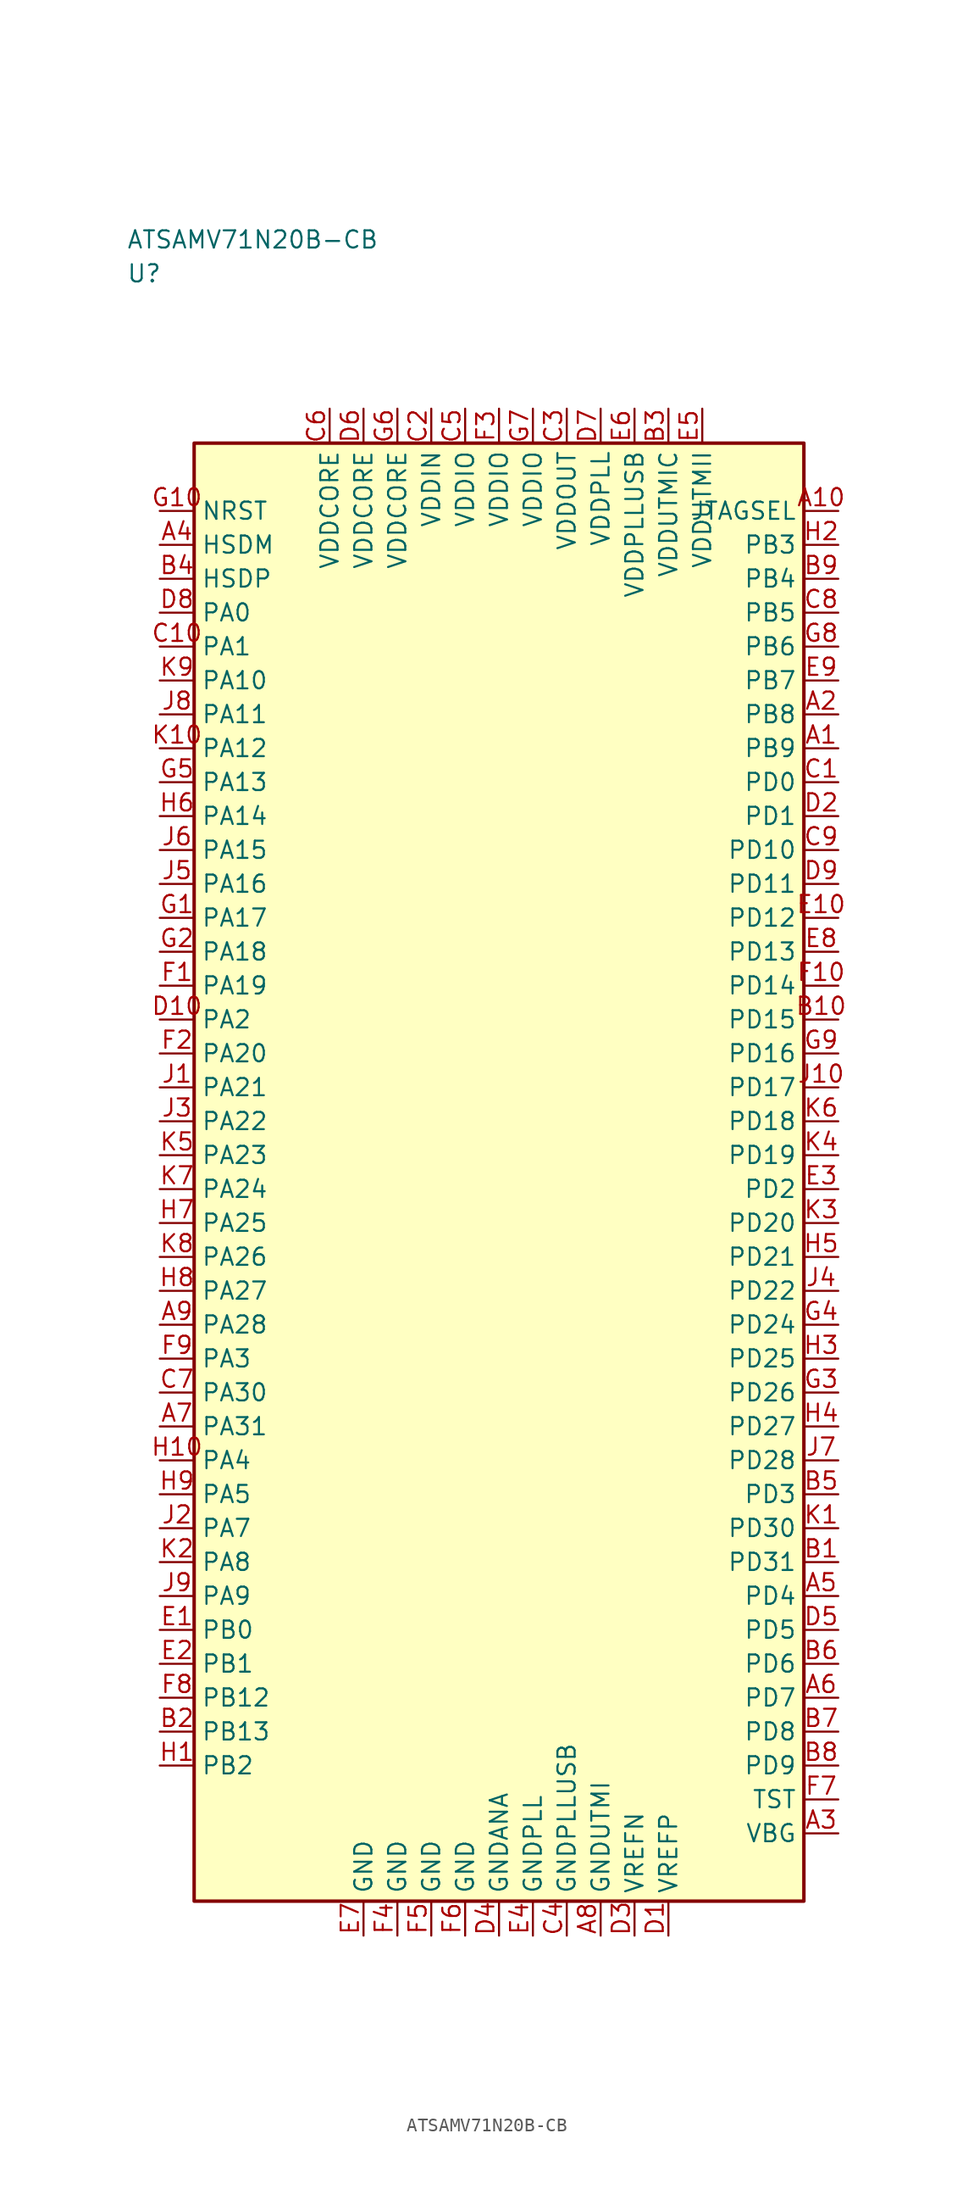
<source format=kicad_sym>
(kicad_symbol_lib
  (version 20241025)
  (generator "kicad_symbol_editor")
  (generator_version "8.0")
  (symbol "ATSAMV71N20B-CB"
    (property "Reference" "U"
      (at -27.5 66.25 0)
      (effects (font (size 1.27 1.27)) (justify left)))
    (property "Value" "ATSAMV71N20B-CB"
      (at -27.5 68.75 0)
      (effects (font (size 1.27 1.27)) (justify left)))
    (symbol "ATSAMV71N20B-CB_0_1"
      (rectangle (start -22.5 53.75) (end 22.5 -53.75) (stroke (width 0.254) (type default)) (fill (type background))))
    (symbol "ATSAMV71N20B-CB_1_1"
      (pin bidirectional line (at -25.04 41.25 0.0) (length 2.54) (name "PA0" (effects (font (size 1.27 1.27)))) (number "D8" (effects (font (size 1.27 1.27)))))
      (pin bidirectional line (at -25.04 38.75 0.0) (length 2.54) (name "PA1" (effects (font (size 1.27 1.27)))) (number "C10" (effects (font (size 1.27 1.27)))))
      (pin bidirectional line (at -25.04 11.25 0.0) (length 2.54) (name "PA2" (effects (font (size 1.27 1.27)))) (number "D10" (effects (font (size 1.27 1.27)))))
      (pin bidirectional line (at -25.04 -13.75 0.0) (length 2.54) (name "PA3" (effects (font (size 1.27 1.27)))) (number "F9" (effects (font (size 1.27 1.27)))))
      (pin bidirectional line (at -25.04 -21.25 0.0) (length 2.54) (name "PA4" (effects (font (size 1.27 1.27)))) (number "H10" (effects (font (size 1.27 1.27)))))
      (pin bidirectional line (at -25.04 -23.75 0.0) (length 2.54) (name "PA5" (effects (font (size 1.27 1.27)))) (number "H9" (effects (font (size 1.27 1.27)))))
      (pin bidirectional line (at -25.04 -26.25 0.0) (length 2.54) (name "PA7" (effects (font (size 1.27 1.27)))) (number "J2" (effects (font (size 1.27 1.27)))))
      (pin bidirectional line (at -25.04 -28.75 0.0) (length 2.54) (name "PA8" (effects (font (size 1.27 1.27)))) (number "K2" (effects (font (size 1.27 1.27)))))
      (pin bidirectional line (at -25.04 -31.25 0.0) (length 2.54) (name "PA9" (effects (font (size 1.27 1.27)))) (number "J9" (effects (font (size 1.27 1.27)))))
      (pin bidirectional line (at -25.04 36.25 0.0) (length 2.54) (name "PA10" (effects (font (size 1.27 1.27)))) (number "K9" (effects (font (size 1.27 1.27)))))
      (pin bidirectional line (at -25.04 33.75 0.0) (length 2.54) (name "PA11" (effects (font (size 1.27 1.27)))) (number "J8" (effects (font (size 1.27 1.27)))))
      (pin bidirectional line (at -25.04 31.25 0.0) (length 2.54) (name "PA12" (effects (font (size 1.27 1.27)))) (number "K10" (effects (font (size 1.27 1.27)))))
      (pin bidirectional line (at -25.04 28.75 0.0) (length 2.54) (name "PA13" (effects (font (size 1.27 1.27)))) (number "G5" (effects (font (size 1.27 1.27)))))
      (pin bidirectional line (at -25.04 26.25 0.0) (length 2.54) (name "PA14" (effects (font (size 1.27 1.27)))) (number "H6" (effects (font (size 1.27 1.27)))))
      (pin bidirectional line (at -25.04 23.75 0.0) (length 2.54) (name "PA15" (effects (font (size 1.27 1.27)))) (number "J6" (effects (font (size 1.27 1.27)))))
      (pin bidirectional line (at -25.04 21.25 0.0) (length 2.54) (name "PA16" (effects (font (size 1.27 1.27)))) (number "J5" (effects (font (size 1.27 1.27)))))
      (pin bidirectional line (at -25.04 18.75 0.0) (length 2.54) (name "PA17" (effects (font (size 1.27 1.27)))) (number "G1" (effects (font (size 1.27 1.27)))))
      (pin bidirectional line (at -25.04 16.25 0.0) (length 2.54) (name "PA18" (effects (font (size 1.27 1.27)))) (number "G2" (effects (font (size 1.27 1.27)))))
      (pin bidirectional line (at -25.04 13.75 0.0) (length 2.54) (name "PA19" (effects (font (size 1.27 1.27)))) (number "F1" (effects (font (size 1.27 1.27)))))
      (pin bidirectional line (at -25.04 8.75 0.0) (length 2.54) (name "PA20" (effects (font (size 1.27 1.27)))) (number "F2" (effects (font (size 1.27 1.27)))))
      (pin bidirectional line (at -25.04 6.25 0.0) (length 2.54) (name "PA21" (effects (font (size 1.27 1.27)))) (number "J1" (effects (font (size 1.27 1.27)))))
      (pin bidirectional line (at -25.04 3.75 0.0) (length 2.54) (name "PA22" (effects (font (size 1.27 1.27)))) (number "J3" (effects (font (size 1.27 1.27)))))
      (pin bidirectional line (at -25.04 1.25 0.0) (length 2.54) (name "PA23" (effects (font (size 1.27 1.27)))) (number "K5" (effects (font (size 1.27 1.27)))))
      (pin bidirectional line (at -25.04 -1.25 0.0) (length 2.54) (name "PA24" (effects (font (size 1.27 1.27)))) (number "K7" (effects (font (size 1.27 1.27)))))
      (pin bidirectional line (at -25.04 -3.75 0.0) (length 2.54) (name "PA25" (effects (font (size 1.27 1.27)))) (number "H7" (effects (font (size 1.27 1.27)))))
      (pin bidirectional line (at -25.04 -6.25 0.0) (length 2.54) (name "PA26" (effects (font (size 1.27 1.27)))) (number "K8" (effects (font (size 1.27 1.27)))))
      (pin bidirectional line (at -25.04 -8.75 0.0) (length 2.54) (name "PA27" (effects (font (size 1.27 1.27)))) (number "H8" (effects (font (size 1.27 1.27)))))
      (pin bidirectional line (at -25.04 -11.25 0.0) (length 2.54) (name "PA28" (effects (font (size 1.27 1.27)))) (number "A9" (effects (font (size 1.27 1.27)))))
      (pin bidirectional line (at -25.04 -16.25 0.0) (length 2.54) (name "PA30" (effects (font (size 1.27 1.27)))) (number "C7" (effects (font (size 1.27 1.27)))))
      (pin bidirectional line (at -25.04 -18.75 0.0) (length 2.54) (name "PA31" (effects (font (size 1.27 1.27)))) (number "A7" (effects (font (size 1.27 1.27)))))
      (pin bidirectional line (at -25.04 -33.75 0.0) (length 2.54) (name "PB0" (effects (font (size 1.27 1.27)))) (number "E1" (effects (font (size 1.27 1.27)))))
      (pin bidirectional line (at -25.04 -36.25 0.0) (length 2.54) (name "PB1" (effects (font (size 1.27 1.27)))) (number "E2" (effects (font (size 1.27 1.27)))))
      (pin bidirectional line (at -25.04 -43.75 0.0) (length 2.54) (name "PB2" (effects (font (size 1.27 1.27)))) (number "H1" (effects (font (size 1.27 1.27)))))
      (pin bidirectional line (at 25.04 46.25 180.0) (length 2.54) (name "PB3" (effects (font (size 1.27 1.27)))) (number "H2" (effects (font (size 1.27 1.27)))))
      (pin bidirectional line (at 25.04 43.75 180.0) (length 2.54) (name "PB4" (effects (font (size 1.27 1.27)))) (number "B9" (effects (font (size 1.27 1.27)))))
      (pin bidirectional line (at 25.04 41.25 180.0) (length 2.54) (name "PB5" (effects (font (size 1.27 1.27)))) (number "C8" (effects (font (size 1.27 1.27)))))
      (pin bidirectional line (at 25.04 38.75 180.0) (length 2.54) (name "PB6" (effects (font (size 1.27 1.27)))) (number "G8" (effects (font (size 1.27 1.27)))))
      (pin bidirectional line (at 25.04 36.25 180.0) (length 2.54) (name "PB7" (effects (font (size 1.27 1.27)))) (number "E9" (effects (font (size 1.27 1.27)))))
      (pin bidirectional line (at 25.04 33.75 180.0) (length 2.54) (name "PB8" (effects (font (size 1.27 1.27)))) (number "A2" (effects (font (size 1.27 1.27)))))
      (pin bidirectional line (at 25.04 31.25 180.0) (length 2.54) (name "PB9" (effects (font (size 1.27 1.27)))) (number "A1" (effects (font (size 1.27 1.27)))))
      (pin bidirectional line (at -25.04 -38.75 0.0) (length 2.54) (name "PB12" (effects (font (size 1.27 1.27)))) (number "F8" (effects (font (size 1.27 1.27)))))
      (pin bidirectional line (at -25.04 -41.25 0.0) (length 2.54) (name "PB13" (effects (font (size 1.27 1.27)))) (number "B2" (effects (font (size 1.27 1.27)))))
      (pin bidirectional line (at 25.04 28.75 180.0) (length 2.54) (name "PD0" (effects (font (size 1.27 1.27)))) (number "C1" (effects (font (size 1.27 1.27)))))
      (pin bidirectional line (at 25.04 26.25 180.0) (length 2.54) (name "PD1" (effects (font (size 1.27 1.27)))) (number "D2" (effects (font (size 1.27 1.27)))))
      (pin bidirectional line (at 25.04 -1.25 180.0) (length 2.54) (name "PD2" (effects (font (size 1.27 1.27)))) (number "E3" (effects (font (size 1.27 1.27)))))
      (pin bidirectional line (at 25.04 -23.75 180.0) (length 2.54) (name "PD3" (effects (font (size 1.27 1.27)))) (number "B5" (effects (font (size 1.27 1.27)))))
      (pin bidirectional line (at 25.04 -31.25 180.0) (length 2.54) (name "PD4" (effects (font (size 1.27 1.27)))) (number "A5" (effects (font (size 1.27 1.27)))))
      (pin bidirectional line (at 25.04 -33.75 180.0) (length 2.54) (name "PD5" (effects (font (size 1.27 1.27)))) (number "D5" (effects (font (size 1.27 1.27)))))
      (pin bidirectional line (at 25.04 -36.25 180.0) (length 2.54) (name "PD6" (effects (font (size 1.27 1.27)))) (number "B6" (effects (font (size 1.27 1.27)))))
      (pin bidirectional line (at 25.04 -38.75 180.0) (length 2.54) (name "PD7" (effects (font (size 1.27 1.27)))) (number "A6" (effects (font (size 1.27 1.27)))))
      (pin bidirectional line (at 25.04 -41.25 180.0) (length 2.54) (name "PD8" (effects (font (size 1.27 1.27)))) (number "B7" (effects (font (size 1.27 1.27)))))
      (pin bidirectional line (at 25.04 -43.75 180.0) (length 2.54) (name "PD9" (effects (font (size 1.27 1.27)))) (number "B8" (effects (font (size 1.27 1.27)))))
      (pin bidirectional line (at 25.04 23.75 180.0) (length 2.54) (name "PD10" (effects (font (size 1.27 1.27)))) (number "C9" (effects (font (size 1.27 1.27)))))
      (pin bidirectional line (at 25.04 21.25 180.0) (length 2.54) (name "PD11" (effects (font (size 1.27 1.27)))) (number "D9" (effects (font (size 1.27 1.27)))))
      (pin bidirectional line (at 25.04 18.75 180.0) (length 2.54) (name "PD12" (effects (font (size 1.27 1.27)))) (number "E10" (effects (font (size 1.27 1.27)))))
      (pin bidirectional line (at 25.04 16.25 180.0) (length 2.54) (name "PD13" (effects (font (size 1.27 1.27)))) (number "E8" (effects (font (size 1.27 1.27)))))
      (pin bidirectional line (at 25.04 13.75 180.0) (length 2.54) (name "PD14" (effects (font (size 1.27 1.27)))) (number "F10" (effects (font (size 1.27 1.27)))))
      (pin bidirectional line (at 25.04 11.25 180.0) (length 2.54) (name "PD15" (effects (font (size 1.27 1.27)))) (number "B10" (effects (font (size 1.27 1.27)))))
      (pin bidirectional line (at 25.04 8.75 180.0) (length 2.54) (name "PD16" (effects (font (size 1.27 1.27)))) (number "G9" (effects (font (size 1.27 1.27)))))
      (pin bidirectional line (at 25.04 6.25 180.0) (length 2.54) (name "PD17" (effects (font (size 1.27 1.27)))) (number "J10" (effects (font (size 1.27 1.27)))))
      (pin bidirectional line (at 25.04 3.75 180.0) (length 2.54) (name "PD18" (effects (font (size 1.27 1.27)))) (number "K6" (effects (font (size 1.27 1.27)))))
      (pin bidirectional line (at 25.04 1.25 180.0) (length 2.54) (name "PD19" (effects (font (size 1.27 1.27)))) (number "K4" (effects (font (size 1.27 1.27)))))
      (pin bidirectional line (at 25.04 -3.75 180.0) (length 2.54) (name "PD20" (effects (font (size 1.27 1.27)))) (number "K3" (effects (font (size 1.27 1.27)))))
      (pin bidirectional line (at 25.04 -6.25 180.0) (length 2.54) (name "PD21" (effects (font (size 1.27 1.27)))) (number "H5" (effects (font (size 1.27 1.27)))))
      (pin bidirectional line (at 25.04 -8.75 180.0) (length 2.54) (name "PD22" (effects (font (size 1.27 1.27)))) (number "J4" (effects (font (size 1.27 1.27)))))
      (pin bidirectional line (at 25.04 -11.25 180.0) (length 2.54) (name "PD24" (effects (font (size 1.27 1.27)))) (number "G4" (effects (font (size 1.27 1.27)))))
      (pin bidirectional line (at 25.04 -13.75 180.0) (length 2.54) (name "PD25" (effects (font (size 1.27 1.27)))) (number "H3" (effects (font (size 1.27 1.27)))))
      (pin bidirectional line (at 25.04 -16.25 180.0) (length 2.54) (name "PD26" (effects (font (size 1.27 1.27)))) (number "G3" (effects (font (size 1.27 1.27)))))
      (pin bidirectional line (at 25.04 -18.75 180.0) (length 2.54) (name "PD27" (effects (font (size 1.27 1.27)))) (number "H4" (effects (font (size 1.27 1.27)))))
      (pin bidirectional line (at 25.04 -21.25 180.0) (length 2.54) (name "PD28" (effects (font (size 1.27 1.27)))) (number "J7" (effects (font (size 1.27 1.27)))))
      (pin bidirectional line (at 25.04 -26.25 180.0) (length 2.54) (name "PD30" (effects (font (size 1.27 1.27)))) (number "K1" (effects (font (size 1.27 1.27)))))
      (pin bidirectional line (at 25.04 -28.75 180.0) (length 2.54) (name "PD31" (effects (font (size 1.27 1.27)))) (number "B1" (effects (font (size 1.27 1.27)))))
      (pin power_in line (at 5.0 56.29 270.0) (length 2.54) (name "VDDOUT" (effects (font (size 1.27 1.27)))) (number "C3" (effects (font (size 1.27 1.27)))))
      (pin power_in line (at -5.0 56.29 270.0) (length 2.54) (name "VDDIN" (effects (font (size 1.27 1.27)))) (number "C2" (effects (font (size 1.27 1.27)))))
      (pin passive line (at 10.0 -56.29 90.0) (length 2.54) (name "VREFN" (effects (font (size 1.27 1.27)))) (number "D3" (effects (font (size 1.27 1.27)))))
      (pin passive line (at 12.5 -56.29 90.0) (length 2.54) (name "VREFP" (effects (font (size 1.27 1.27)))) (number "D1" (effects (font (size 1.27 1.27)))))
      (pin input line (at -25.04 48.75 0.0) (length 2.54) (name "NRST" (effects (font (size 1.27 1.27)))) (number "G10" (effects (font (size 1.27 1.27)))))
      (pin bidirectional line (at 25.04 -46.25 180.0) (length 2.54) (name "TST" (effects (font (size 1.27 1.27)))) (number "F7" (effects (font (size 1.27 1.27)))))
      (pin power_in line (at -2.5 56.29 270.0) (length 2.54) (name "VDDIO" (effects (font (size 1.27 1.27)))) (number "C5" (effects (font (size 1.27 1.27)))))
      (pin power_in line (at 0.0 56.29 270.0) (length 2.54) (name "VDDIO" (effects (font (size 1.27 1.27)))) (number "F3" (effects (font (size 1.27 1.27)))))
      (pin power_in line (at 2.5 56.29 270.0) (length 2.54) (name "VDDIO" (effects (font (size 1.27 1.27)))) (number "G7" (effects (font (size 1.27 1.27)))))
      (pin output line (at 25.04 48.75 180.0) (length 2.54) (name "JTAGSEL" (effects (font (size 1.27 1.27)))) (number "A10" (effects (font (size 1.27 1.27)))))
      (pin power_in line (at -12.5 56.29 270.0) (length 2.54) (name "VDDCORE" (effects (font (size 1.27 1.27)))) (number "C6" (effects (font (size 1.27 1.27)))))
      (pin power_in line (at -10.0 56.29 270.0) (length 2.54) (name "VDDCORE" (effects (font (size 1.27 1.27)))) (number "D6" (effects (font (size 1.27 1.27)))))
      (pin power_in line (at -7.5 56.29 270.0) (length 2.54) (name "VDDCORE" (effects (font (size 1.27 1.27)))) (number "G6" (effects (font (size 1.27 1.27)))))
      (pin power_in line (at 7.5 56.29 270.0) (length 2.54) (name "VDDPLL" (effects (font (size 1.27 1.27)))) (number "D7" (effects (font (size 1.27 1.27)))))
      (pin power_in line (at 15.0 56.29 270.0) (length 2.54) (name "VDDUTMII" (effects (font (size 1.27 1.27)))) (number "E5" (effects (font (size 1.27 1.27)))))
      (pin bidirectional line (at -25.04 46.25 0.0) (length 2.54) (name "HSDM" (effects (font (size 1.27 1.27)))) (number "A4" (effects (font (size 1.27 1.27)))))
      (pin bidirectional line (at -25.04 43.75 0.0) (length 2.54) (name "HSDP" (effects (font (size 1.27 1.27)))) (number "B4" (effects (font (size 1.27 1.27)))))
      (pin passive line (at -10.0 -56.29 90.0) (length 2.54) (name "GND" (effects (font (size 1.27 1.27)))) (number "E7" (effects (font (size 1.27 1.27)))))
      (pin passive line (at -7.5 -56.29 90.0) (length 2.54) (name "GND" (effects (font (size 1.27 1.27)))) (number "F4" (effects (font (size 1.27 1.27)))))
      (pin passive line (at -5.0 -56.29 90.0) (length 2.54) (name "GND" (effects (font (size 1.27 1.27)))) (number "F5" (effects (font (size 1.27 1.27)))))
      (pin passive line (at -2.5 -56.29 90.0) (length 2.54) (name "GND" (effects (font (size 1.27 1.27)))) (number "F6" (effects (font (size 1.27 1.27)))))
      (pin passive line (at 0.0 -56.29 90.0) (length 2.54) (name "GNDANA" (effects (font (size 1.27 1.27)))) (number "D4" (effects (font (size 1.27 1.27)))))
      (pin passive line (at 7.5 -56.29 90.0) (length 2.54) (name "GNDUTMI" (effects (font (size 1.27 1.27)))) (number "A8" (effects (font (size 1.27 1.27)))))
      (pin passive line (at 5.0 -56.29 90.0) (length 2.54) (name "GNDPLLUSB" (effects (font (size 1.27 1.27)))) (number "C4" (effects (font (size 1.27 1.27)))))
      (pin passive line (at 2.5 -56.29 90.0) (length 2.54) (name "GNDPLL" (effects (font (size 1.27 1.27)))) (number "E4" (effects (font (size 1.27 1.27)))))
      (pin power_in line (at 12.5 56.29 270.0) (length 2.54) (name "VDDUTMIC" (effects (font (size 1.27 1.27)))) (number "B3" (effects (font (size 1.27 1.27)))))
      (pin bidirectional line (at 25.04 -48.75 180.0) (length 2.54) (name "VBG" (effects (font (size 1.27 1.27)))) (number "A3" (effects (font (size 1.27 1.27)))))
      (pin power_in line (at 10.0 56.29 270.0) (length 2.54) (name "VDDPLLUSB" (effects (font (size 1.27 1.27)))) (number "E6" (effects (font (size 1.27 1.27))))))))
</source>
